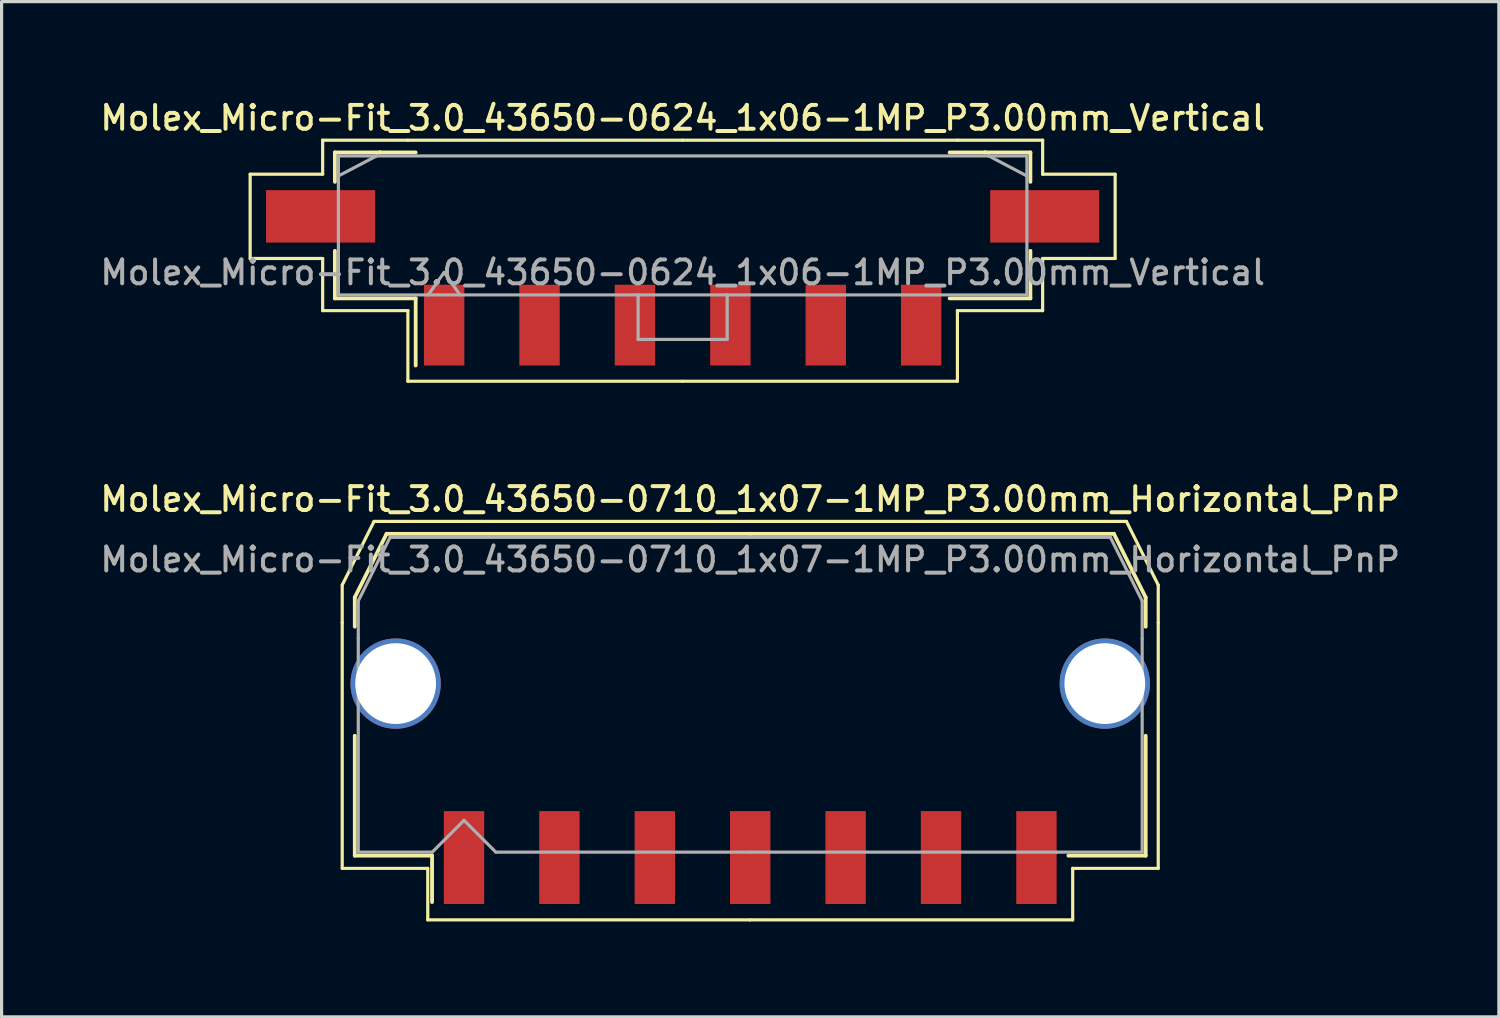
<source format=kicad_pcb>
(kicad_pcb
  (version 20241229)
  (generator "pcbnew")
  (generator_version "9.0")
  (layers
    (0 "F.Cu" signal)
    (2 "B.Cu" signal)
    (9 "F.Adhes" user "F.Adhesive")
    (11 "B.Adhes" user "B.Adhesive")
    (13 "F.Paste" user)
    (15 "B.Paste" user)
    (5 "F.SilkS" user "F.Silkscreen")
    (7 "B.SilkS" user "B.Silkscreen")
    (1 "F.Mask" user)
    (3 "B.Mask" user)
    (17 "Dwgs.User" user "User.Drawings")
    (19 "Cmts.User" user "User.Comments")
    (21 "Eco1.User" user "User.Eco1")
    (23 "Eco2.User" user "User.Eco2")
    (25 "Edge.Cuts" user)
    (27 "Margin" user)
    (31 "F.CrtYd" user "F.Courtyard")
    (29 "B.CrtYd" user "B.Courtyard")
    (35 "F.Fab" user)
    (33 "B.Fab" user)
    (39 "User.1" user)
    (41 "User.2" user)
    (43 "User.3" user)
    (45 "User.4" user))
  (footprint "Molex_Micro-Fit_3.0_43650-0710_1x07-1MP_P3.00mm_Horizontal_PnP"
    (layer "F.Cu")
    (at 20.541 18.796)
    (property "Reference" "Molex_Micro-Fit_3.0_43650-0710_1x07-1MP_P3.00mm_Horizontal_PnP" (at 0 -6.15 0) (layer "F.SilkS") (effects (font (size 0.75 0.75) (thickness 0.125))))
    (attr smd)
    (fp_line (start -12.83 -3.45) (end -12.83 -2.27) (stroke (width 0.1) (type solid)) (layer "F.SilkS"))
    (fp_line (start -12.83 -2.27) (end -12.83 5.46) (stroke (width 0.1) (type solid)) (layer "F.SilkS"))
    (fp_line (start -12.83 5.46) (end -10.14 5.46) (stroke (width 0.1) (type solid)) (layer "F.SilkS"))
    (fp_line (start -12.435 -3.06) (end -12.435 -2.14) (stroke (width 0.12) (type solid)) (layer "F.SilkS"))
    (fp_line (start -12.435 1.29) (end -12.435 5.06) (stroke (width 0.12) (type solid)) (layer "F.SilkS"))
    (fp_line (start -12.435 5.06) (end -10.005 5.06) (stroke (width 0.12) (type solid)) (layer "F.SilkS"))
    (fp_line (start -11.83 -5.45) (end -12.83 -3.45) (stroke (width 0.1) (type solid)) (layer "F.SilkS"))
    (fp_line (start -11.435 -5.06) (end -12.435 -3.06) (stroke (width 0.12) (type solid)) (layer "F.SilkS"))
    (fp_line (start -10.14 5.46) (end -10.14 7.08) (stroke (width 0.1) (type solid)) (layer "F.SilkS"))
    (fp_line (start -10.14 7.08) (end 0 7.08) (stroke (width 0.1) (type solid)) (layer "F.SilkS"))
    (fp_line (start -10.005 5.06) (end -10.005 6.52) (stroke (width 0.12) (type solid)) (layer "F.SilkS"))
    (fp_line (start 0 -5.45) (end -11.83 -5.45) (stroke (width 0.1) (type solid)) (layer "F.SilkS"))
    (fp_line (start 0 -5.45) (end 11.83 -5.45) (stroke (width 0.1) (type solid)) (layer "F.SilkS"))
    (fp_line (start 0 -5.06) (end -11.435 -5.06) (stroke (width 0.12) (type solid)) (layer "F.SilkS"))
    (fp_line (start 0 -5.06) (end 11.435 -5.06) (stroke (width 0.12) (type solid)) (layer "F.SilkS"))
    (fp_line (start 10.14 5.46) (end 10.14 7.08) (stroke (width 0.1) (type solid)) (layer "F.SilkS"))
    (fp_line (start 10.14 7.08) (end 0 7.08) (stroke (width 0.1) (type solid)) (layer "F.SilkS"))
    (fp_line (start 11.435 -5.06) (end 12.435 -3.06) (stroke (width 0.12) (type solid)) (layer "F.SilkS"))
    (fp_line (start 11.83 -5.45) (end 12.83 -3.45) (stroke (width 0.1) (type solid)) (layer "F.SilkS"))
    (fp_line (start 12.435 -3.06) (end 12.435 -2.14) (stroke (width 0.12) (type solid)) (layer "F.SilkS"))
    (fp_line (start 12.435 1.29) (end 12.435 5.06) (stroke (width 0.12) (type solid)) (layer "F.SilkS"))
    (fp_line (start 12.435 5.06) (end 10.005 5.06) (stroke (width 0.12) (type solid)) (layer "F.SilkS"))
    (fp_line (start 12.83 -3.45) (end 12.83 -2.27) (stroke (width 0.1) (type solid)) (layer "F.SilkS"))
    (fp_line (start 12.83 -2.27) (end 12.83 5.46) (stroke (width 0.1) (type solid)) (layer "F.SilkS"))
    (fp_line (start 12.83 5.46) (end 10.14 5.46) (stroke (width 0.1) (type solid)) (layer "F.SilkS"))
    (fp_line (start -12.325 -2.95) (end -12.325 -1.77) (stroke (width 0.1) (type solid)) (layer "F.Fab"))
    (fp_line (start -12.325 -1.77) (end -12.325 4.95) (stroke (width 0.1) (type solid)) (layer "F.Fab"))
    (fp_line (start -12.325 4.95) (end -10 4.95) (stroke (width 0.1) (type solid)) (layer "F.Fab"))
    (fp_line (start -11.325 -4.95) (end -12.325 -2.95) (stroke (width 0.1) (type solid)) (layer "F.Fab"))
    (fp_line (start -10 4.95) (end -9 3.95) (stroke (width 0.1) (type solid)) (layer "F.Fab"))
    (fp_line (start -9 3.95) (end -8 4.95) (stroke (width 0.1) (type solid)) (layer "F.Fab"))
    (fp_line (start -8 4.95) (end 0 4.95) (stroke (width 0.1) (type solid)) (layer "F.Fab"))
    (fp_line (start 0 -4.95) (end -11.325 -4.95) (stroke (width 0.1) (type solid)) (layer "F.Fab"))
    (fp_line (start 0 -4.95) (end 11.325 -4.95) (stroke (width 0.1) (type solid)) (layer "F.Fab"))
    (fp_line (start 9.635 4.95) (end 0 4.95) (stroke (width 0.1) (type solid)) (layer "F.Fab"))
    (fp_line (start 11.325 -4.95) (end 12.325 -2.95) (stroke (width 0.1) (type solid)) (layer "F.Fab"))
    (fp_line (start 12.325 -2.95) (end 12.325 -1.77) (stroke (width 0.1) (type solid)) (layer "F.Fab"))
    (fp_line (start 12.325 -1.77) (end 12.325 4.95) (stroke (width 0.1) (type solid)) (layer "F.Fab"))
    (fp_line (start 12.325 4.95) (end 9.635 4.95) (stroke (width 0.1) (type solid)) (layer "F.Fab"))
    (fp_text user "${REFERENCE}" (at 0 -4.25 0) (layer "F.Fab") (effects (font (size 0.75 0.75) (thickness 0.125))))
    (pad "1" smd rect (at -9 5.12) (size 1.27 2.92) (layers "F.Cu" "F.Mask" "F.Paste"))
    (pad "2" smd rect (at -6 5.12) (size 1.27 2.92) (layers "F.Cu" "F.Mask" "F.Paste"))
    (pad "3" smd rect (at -3 5.12) (size 1.27 2.92) (layers "F.Cu" "F.Mask" "F.Paste"))
    (pad "4" smd rect (at 0 5.12) (size 1.27 2.92) (layers "F.Cu" "F.Mask" "F.Paste"))
    (pad "5" smd rect (at 3 5.12) (size 1.27 2.92) (layers "F.Cu" "F.Mask" "F.Paste"))
    (pad "6" smd rect (at 6 5.12) (size 1.27 2.92) (layers "F.Cu" "F.Mask" "F.Paste"))
    (pad "7" smd rect (at 9 5.12) (size 1.27 2.92) (layers "F.Cu" "F.Mask" "F.Paste"))
    (pad "MP" thru_hole circle (at -11.15 -0.35) (size 2.84 2.84) (drill 2.54) (property pad_prop_heatsink) (layers "*.Cu" "*.Mask"))
    (pad "MP" thru_hole circle (at 11.15 -0.35) (size 2.84 2.84) (drill 2.54) (property pad_prop_heatsink) (layers "*.Cu" "*.Mask")))
  (footprint "Molex_Micro-Fit_3.0_43650-0624_1x06-1MP_P3.00mm_Vertical"
    (layer "F.Cu")
    (at 18.416 4.038)
    (property "Reference" "Molex_Micro-Fit_3.0_43650-0624_1x06-1MP_P3.00mm_Vertical" (at 0 -3.38 0) (layer "F.SilkS") (effects (font (size 0.75 0.75) (thickness 0.125))))
    (attr smd)
    (fp_line (start -13.6 -1.61) (end -13.6 1.04) (stroke (width 0.1) (type solid)) (layer "F.SilkS"))
    (fp_line (start -13.6 1.04) (end -11.32 1.04) (stroke (width 0.1) (type solid)) (layer "F.SilkS"))
    (fp_line (start -11.32 -2.68) (end -11.32 -1.61) (stroke (width 0.1) (type solid)) (layer "F.SilkS"))
    (fp_line (start -11.32 -1.61) (end -13.6 -1.61) (stroke (width 0.1) (type solid)) (layer "F.SilkS"))
    (fp_line (start -11.32 1.04) (end -11.32 2.68) (stroke (width 0.1) (type solid)) (layer "F.SilkS"))
    (fp_line (start -11.32 2.68) (end -8.64 2.68) (stroke (width 0.1) (type solid)) (layer "F.SilkS"))
    (fp_line (start -10.935 -2.295) (end -9.515 -2.295) (stroke (width 0.12) (type solid)) (layer "F.SilkS"))
    (fp_line (start -10.935 -1.37) (end -10.935 -2.295) (stroke (width 0.12) (type solid)) (layer "F.SilkS"))
    (fp_line (start -10.935 0.8) (end -10.935 2.295) (stroke (width 0.12) (type solid)) (layer "F.SilkS"))
    (fp_line (start -10.935 2.295) (end -8.395 2.295) (stroke (width 0.12) (type solid)) (layer "F.SilkS"))
    (fp_line (start -9.515 -2.295) (end -9.515 -2.295) (stroke (width 0.12) (type solid)) (layer "F.SilkS"))
    (fp_line (start -9.515 -2.295) (end -8.395 -2.295) (stroke (width 0.12) (type solid)) (layer "F.SilkS"))
    (fp_line (start -8.64 -2.68) (end -11.32 -2.68) (stroke (width 0.1) (type solid)) (layer "F.SilkS"))
    (fp_line (start -8.64 2.68) (end -8.64 4.9) (stroke (width 0.1) (type solid)) (layer "F.SilkS"))
    (fp_line (start -8.64 4.9) (end 0 4.9) (stroke (width 0.1) (type solid)) (layer "F.SilkS"))
    (fp_line (start -8.395 2.295) (end -8.395 4.405) (stroke (width 0.12) (type solid)) (layer "F.SilkS"))
    (fp_line (start 0 -2.68) (end -8.64 -2.68) (stroke (width 0.1) (type solid)) (layer "F.SilkS"))
    (fp_line (start 0 -2.68) (end 8.64 -2.68) (stroke (width 0.1) (type solid)) (layer "F.SilkS"))
    (fp_line (start 8.64 -2.68) (end 11.32 -2.68) (stroke (width 0.1) (type solid)) (layer "F.SilkS"))
    (fp_line (start 8.64 2.68) (end 8.64 4.9) (stroke (width 0.1) (type solid)) (layer "F.SilkS"))
    (fp_line (start 8.64 4.9) (end 0 4.9) (stroke (width 0.1) (type solid)) (layer "F.SilkS"))
    (fp_line (start 9.515 -2.295) (end 8.395 -2.295) (stroke (width 0.12) (type solid)) (layer "F.SilkS"))
    (fp_line (start 9.515 -2.295) (end 9.515 -2.295) (stroke (width 0.12) (type solid)) (layer "F.SilkS"))
    (fp_line (start 10.935 -2.295) (end 9.515 -2.295) (stroke (width 0.12) (type solid)) (layer "F.SilkS"))
    (fp_line (start 10.935 -1.37) (end 10.935 -2.295) (stroke (width 0.12) (type solid)) (layer "F.SilkS"))
    (fp_line (start 10.935 0.8) (end 10.935 2.295) (stroke (width 0.12) (type solid)) (layer "F.SilkS"))
    (fp_line (start 10.935 2.295) (end 8.395 2.295) (stroke (width 0.12) (type solid)) (layer "F.SilkS"))
    (fp_line (start 11.32 -2.68) (end 11.32 -1.61) (stroke (width 0.1) (type solid)) (layer "F.SilkS"))
    (fp_line (start 11.32 -1.61) (end 13.6 -1.61) (stroke (width 0.1) (type solid)) (layer "F.SilkS"))
    (fp_line (start 11.32 1.04) (end 11.32 2.68) (stroke (width 0.1) (type solid)) (layer "F.SilkS"))
    (fp_line (start 11.32 2.68) (end 8.64 2.68) (stroke (width 0.1) (type solid)) (layer "F.SilkS"))
    (fp_line (start 13.6 -1.61) (end 13.6 1.04) (stroke (width 0.1) (type solid)) (layer "F.SilkS"))
    (fp_line (start 13.6 1.04) (end 11.32 1.04) (stroke (width 0.1) (type solid)) (layer "F.SilkS"))
    (fp_line (start -10.825 -2.185) (end -10.825 2.185) (stroke (width 0.1) (type solid)) (layer "F.Fab"))
    (fp_line (start -10.825 -1.555) (end -9.625 -2.185) (stroke (width 0.1) (type solid)) (layer "F.Fab"))
    (fp_line (start -10.825 2.185) (end 10.825 2.185) (stroke (width 0.1) (type solid)) (layer "F.Fab"))
    (fp_line (start -9.625 -2.185) (end -10.825 -2.185) (stroke (width 0.1) (type solid)) (layer "F.Fab"))
    (fp_line (start -9.625 -2.185) (end -9.625 -2.185) (stroke (width 0.1) (type solid)) (layer "F.Fab"))
    (fp_line (start -8 2.185) (end -7.5 1.478) (stroke (width 0.1) (type solid)) (layer "F.Fab"))
    (fp_line (start -7.5 1.478) (end -7 2.185) (stroke (width 0.1) (type solid)) (layer "F.Fab"))
    (fp_line (start -1.4 2.185) (end -1.4 3.585) (stroke (width 0.1) (type solid)) (layer "F.Fab"))
    (fp_line (start -1.4 3.585) (end 1.4 3.585) (stroke (width 0.1) (type solid)) (layer "F.Fab"))
    (fp_line (start 1.4 3.585) (end 1.4 2.185) (stroke (width 0.1) (type solid)) (layer "F.Fab"))
    (fp_line (start 9.625 -2.185) (end -9.625 -2.185) (stroke (width 0.1) (type solid)) (layer "F.Fab"))
    (fp_line (start 9.625 -2.185) (end 9.625 -2.185) (stroke (width 0.1) (type solid)) (layer "F.Fab"))
    (fp_line (start 10.825 -2.185) (end 9.625 -2.185) (stroke (width 0.1) (type solid)) (layer "F.Fab"))
    (fp_line (start 10.825 -1.555) (end 9.625 -2.185) (stroke (width 0.1) (type solid)) (layer "F.Fab"))
    (fp_line (start 10.825 2.185) (end 10.825 -2.185) (stroke (width 0.1) (type solid)) (layer "F.Fab"))
    (fp_text user "${REFERENCE}" (at 0 1.48 0) (layer "F.Fab") (effects (font (size 0.75 0.75) (thickness 0.125))))
    (pad "1" smd rect (at -7.5 3.135) (size 1.27 2.54) (layers "F.Cu" "F.Mask" "F.Paste"))
    (pad "2" smd rect (at -4.5 3.135) (size 1.27 2.54) (layers "F.Cu" "F.Mask" "F.Paste"))
    (pad "3" smd rect (at -1.5 3.135) (size 1.27 2.54) (layers "F.Cu" "F.Mask" "F.Paste"))
    (pad "4" smd rect (at 1.5 3.135) (size 1.27 2.54) (layers "F.Cu" "F.Mask" "F.Paste"))
    (pad "5" smd rect (at 4.5 3.135) (size 1.27 2.54) (layers "F.Cu" "F.Mask" "F.Paste"))
    (pad "6" smd rect (at 7.5 3.135) (size 1.27 2.54) (layers "F.Cu" "F.Mask" "F.Paste"))
    (pad "MP" smd rect (at -11.385 -0.285) (size 3.43 1.65) (layers "F.Cu" "F.Mask" "F.Paste"))
    (pad "MP" smd rect (at 11.385 -0.285) (size 3.43 1.65) (layers "F.Cu" "F.Mask" "F.Paste")))
  (gr_rect
    (start -3 -3)
    (end 44.082 28.926)
    (stroke (width 0.1) (type default))
    (fill no)
    (layer "Edge.Cuts")))
</source>
